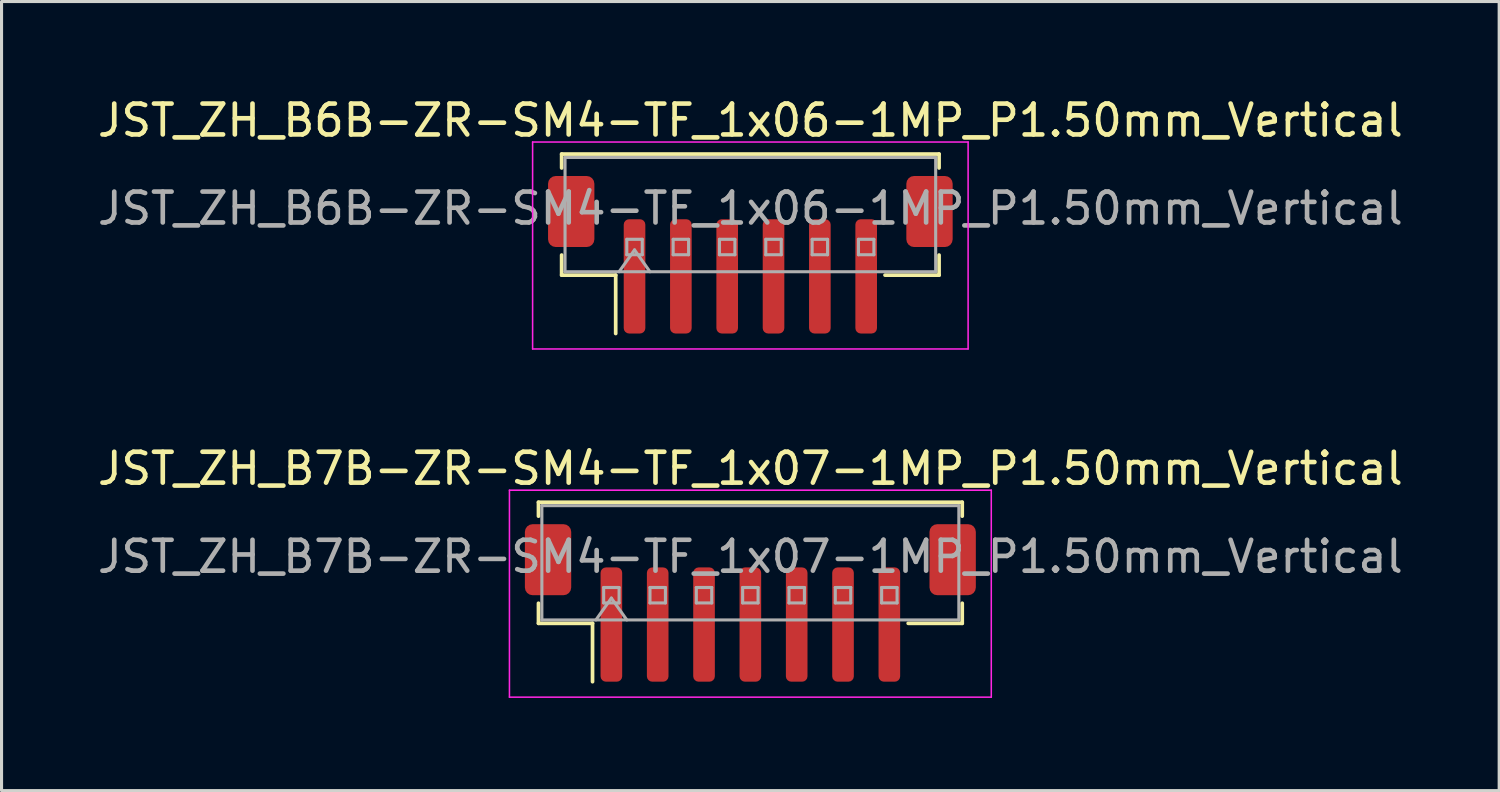
<source format=kicad_pcb>
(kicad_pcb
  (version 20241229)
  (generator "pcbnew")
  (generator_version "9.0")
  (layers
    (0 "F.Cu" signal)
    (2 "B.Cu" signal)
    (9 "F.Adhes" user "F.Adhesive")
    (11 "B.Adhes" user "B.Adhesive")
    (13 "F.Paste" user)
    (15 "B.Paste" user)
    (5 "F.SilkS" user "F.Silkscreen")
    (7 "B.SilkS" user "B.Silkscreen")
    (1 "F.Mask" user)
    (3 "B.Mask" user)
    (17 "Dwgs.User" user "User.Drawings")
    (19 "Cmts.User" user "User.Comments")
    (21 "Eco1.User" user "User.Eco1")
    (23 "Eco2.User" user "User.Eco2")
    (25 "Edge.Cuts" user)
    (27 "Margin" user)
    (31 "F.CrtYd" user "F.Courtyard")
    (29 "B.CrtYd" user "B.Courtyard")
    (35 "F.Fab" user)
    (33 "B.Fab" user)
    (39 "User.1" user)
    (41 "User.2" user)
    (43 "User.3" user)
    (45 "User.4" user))
  (footprint "JST_ZH_B7B-ZR-SM4-TF_1x07-1MP_P1.50mm_Vertical"
    (layer "F.Cu")
    (at 21.244 16.471)
    (property "Reference" "JST_ZH_B7B-ZR-SM4-TF_1x07-1MP_P1.50mm_Vertical" (at 0 -4.35 0) (layer "F.SilkS") (effects (font (size 1 1) (thickness 0.15))))
    (attr smd)
    (fp_line (start -6.86 -3.26) (end 6.86 -3.26) (stroke (width 0.12) (type solid)) (layer "F.SilkS"))
    (fp_line (start -6.86 -2.81) (end -6.86 -3.26) (stroke (width 0.12) (type solid)) (layer "F.SilkS"))
    (fp_line (start -6.86 0.01) (end -6.86 0.66) (stroke (width 0.12) (type solid)) (layer "F.SilkS"))
    (fp_line (start -6.86 0.66) (end -5.11 0.66) (stroke (width 0.12) (type solid)) (layer "F.SilkS"))
    (fp_line (start -5.11 0.66) (end -5.11 2.55) (stroke (width 0.12) (type solid)) (layer "F.SilkS"))
    (fp_line (start 6.86 -3.26) (end 6.86 -2.81) (stroke (width 0.12) (type solid)) (layer "F.SilkS"))
    (fp_line (start 6.86 0.01) (end 6.86 0.66) (stroke (width 0.12) (type solid)) (layer "F.SilkS"))
    (fp_line (start 6.86 0.66) (end 5.11 0.66) (stroke (width 0.12) (type solid)) (layer "F.SilkS"))
    (fp_line (start -7.8 -3.65) (end -7.8 3.05) (stroke (width 0.05) (type solid)) (layer "F.CrtYd"))
    (fp_line (start -7.8 3.05) (end 7.8 3.05) (stroke (width 0.05) (type solid)) (layer "F.CrtYd"))
    (fp_line (start 7.8 -3.65) (end -7.8 -3.65) (stroke (width 0.05) (type solid)) (layer "F.CrtYd"))
    (fp_line (start 7.8 3.05) (end 7.8 -3.65) (stroke (width 0.05) (type solid)) (layer "F.CrtYd"))
    (fp_line (start -6.75 -3.15) (end 6.75 -3.15) (stroke (width 0.1) (type solid)) (layer "F.Fab"))
    (fp_line (start -6.75 0.55) (end -6.75 -3.15) (stroke (width 0.1) (type solid)) (layer "F.Fab"))
    (fp_line (start -6.75 0.55) (end 6.75 0.55) (stroke (width 0.1) (type solid)) (layer "F.Fab"))
    (fp_line (start -5 0.55) (end -4.5 -0.157) (stroke (width 0.1) (type solid)) (layer "F.Fab"))
    (fp_line (start -4.75 -0.5) (end -4.75 0) (stroke (width 0.1) (type solid)) (layer "F.Fab"))
    (fp_line (start -4.75 0) (end -4.25 0) (stroke (width 0.1) (type solid)) (layer "F.Fab"))
    (fp_line (start -4.5 -0.157) (end -4 0.55) (stroke (width 0.1) (type solid)) (layer "F.Fab"))
    (fp_line (start -4.25 -0.5) (end -4.75 -0.5) (stroke (width 0.1) (type solid)) (layer "F.Fab"))
    (fp_line (start -4.25 0) (end -4.25 -0.5) (stroke (width 0.1) (type solid)) (layer "F.Fab"))
    (fp_line (start -3.25 -0.5) (end -3.25 0) (stroke (width 0.1) (type solid)) (layer "F.Fab"))
    (fp_line (start -3.25 0) (end -2.75 0) (stroke (width 0.1) (type solid)) (layer "F.Fab"))
    (fp_line (start -2.75 -0.5) (end -3.25 -0.5) (stroke (width 0.1) (type solid)) (layer "F.Fab"))
    (fp_line (start -2.75 0) (end -2.75 -0.5) (stroke (width 0.1) (type solid)) (layer "F.Fab"))
    (fp_line (start -1.75 -0.5) (end -1.75 0) (stroke (width 0.1) (type solid)) (layer "F.Fab"))
    (fp_line (start -1.75 0) (end -1.25 0) (stroke (width 0.1) (type solid)) (layer "F.Fab"))
    (fp_line (start -1.25 -0.5) (end -1.75 -0.5) (stroke (width 0.1) (type solid)) (layer "F.Fab"))
    (fp_line (start -1.25 0) (end -1.25 -0.5) (stroke (width 0.1) (type solid)) (layer "F.Fab"))
    (fp_line (start -0.25 -0.5) (end -0.25 0) (stroke (width 0.1) (type solid)) (layer "F.Fab"))
    (fp_line (start -0.25 0) (end 0.25 0) (stroke (width 0.1) (type solid)) (layer "F.Fab"))
    (fp_line (start 0.25 -0.5) (end -0.25 -0.5) (stroke (width 0.1) (type solid)) (layer "F.Fab"))
    (fp_line (start 0.25 0) (end 0.25 -0.5) (stroke (width 0.1) (type solid)) (layer "F.Fab"))
    (fp_line (start 1.25 -0.5) (end 1.25 0) (stroke (width 0.1) (type solid)) (layer "F.Fab"))
    (fp_line (start 1.25 0) (end 1.75 0) (stroke (width 0.1) (type solid)) (layer "F.Fab"))
    (fp_line (start 1.75 -0.5) (end 1.25 -0.5) (stroke (width 0.1) (type solid)) (layer "F.Fab"))
    (fp_line (start 1.75 0) (end 1.75 -0.5) (stroke (width 0.1) (type solid)) (layer "F.Fab"))
    (fp_line (start 2.75 -0.5) (end 2.75 0) (stroke (width 0.1) (type solid)) (layer "F.Fab"))
    (fp_line (start 2.75 0) (end 3.25 0) (stroke (width 0.1) (type solid)) (layer "F.Fab"))
    (fp_line (start 3.25 -0.5) (end 2.75 -0.5) (stroke (width 0.1) (type solid)) (layer "F.Fab"))
    (fp_line (start 3.25 0) (end 3.25 -0.5) (stroke (width 0.1) (type solid)) (layer "F.Fab"))
    (fp_line (start 4.25 -0.5) (end 4.25 0) (stroke (width 0.1) (type solid)) (layer "F.Fab"))
    (fp_line (start 4.25 0) (end 4.75 0) (stroke (width 0.1) (type solid)) (layer "F.Fab"))
    (fp_line (start 4.75 -0.5) (end 4.25 -0.5) (stroke (width 0.1) (type solid)) (layer "F.Fab"))
    (fp_line (start 4.75 0) (end 4.75 -0.5) (stroke (width 0.1) (type solid)) (layer "F.Fab"))
    (fp_line (start 6.75 0.55) (end 6.75 -3.15) (stroke (width 0.1) (type solid)) (layer "F.Fab"))
    (fp_text user "${REFERENCE}" (at 0 -1.5 0) (layer "F.Fab") (effects (font (size 1 1) (thickness 0.15))))
    (pad "1" smd roundrect (at -4.5 0.7) (size 0.7 3.7) (layers "F.Cu" "F.Mask" "F.Paste") (roundrect_rratio 0.25))
    (pad "2" smd roundrect (at -3 0.7) (size 0.7 3.7) (layers "F.Cu" "F.Mask" "F.Paste") (roundrect_rratio 0.25))
    (pad "3" smd roundrect (at -1.5 0.7) (size 0.7 3.7) (layers "F.Cu" "F.Mask" "F.Paste") (roundrect_rratio 0.25))
    (pad "4" smd roundrect (at 0 0.7) (size 0.7 3.7) (layers "F.Cu" "F.Mask" "F.Paste") (roundrect_rratio 0.25))
    (pad "5" smd roundrect (at 1.5 0.7) (size 0.7 3.7) (layers "F.Cu" "F.Mask" "F.Paste") (roundrect_rratio 0.25))
    (pad "6" smd roundrect (at 3 0.7) (size 0.7 3.7) (layers "F.Cu" "F.Mask" "F.Paste") (roundrect_rratio 0.25))
    (pad "7" smd roundrect (at 4.5 0.7) (size 0.7 3.7) (layers "F.Cu" "F.Mask" "F.Paste") (roundrect_rratio 0.25))
    (pad "MP" smd roundrect (at -6.55 -1.4) (size 1.5 2.3) (layers "F.Cu" "F.Mask" "F.Paste") (roundrect_rratio 0.167))
    (pad "MP" smd roundrect (at 6.55 -1.4) (size 1.5 2.3) (layers "F.Cu" "F.Mask" "F.Paste") (roundrect_rratio 0.167)))
  (footprint "JST_ZH_B6B-ZR-SM4-TF_1x06-1MP_P1.50mm_Vertical"
    (layer "F.Cu")
    (at 21.244 5.198)
    (property "Reference" "JST_ZH_B6B-ZR-SM4-TF_1x06-1MP_P1.50mm_Vertical" (at 0 -4.35 0) (layer "F.SilkS") (effects (font (size 1 1) (thickness 0.15))))
    (attr smd)
    (fp_line (start -6.11 -3.26) (end 6.11 -3.26) (stroke (width 0.12) (type solid)) (layer "F.SilkS"))
    (fp_line (start -6.11 -2.81) (end -6.11 -3.26) (stroke (width 0.12) (type solid)) (layer "F.SilkS"))
    (fp_line (start -6.11 0.01) (end -6.11 0.66) (stroke (width 0.12) (type solid)) (layer "F.SilkS"))
    (fp_line (start -6.11 0.66) (end -4.36 0.66) (stroke (width 0.12) (type solid)) (layer "F.SilkS"))
    (fp_line (start -4.36 0.66) (end -4.36 2.55) (stroke (width 0.12) (type solid)) (layer "F.SilkS"))
    (fp_line (start 6.11 -3.26) (end 6.11 -2.81) (stroke (width 0.12) (type solid)) (layer "F.SilkS"))
    (fp_line (start 6.11 0.01) (end 6.11 0.66) (stroke (width 0.12) (type solid)) (layer "F.SilkS"))
    (fp_line (start 6.11 0.66) (end 4.36 0.66) (stroke (width 0.12) (type solid)) (layer "F.SilkS"))
    (fp_line (start -7.05 -3.65) (end -7.05 3.05) (stroke (width 0.05) (type solid)) (layer "F.CrtYd"))
    (fp_line (start -7.05 3.05) (end 7.05 3.05) (stroke (width 0.05) (type solid)) (layer "F.CrtYd"))
    (fp_line (start 7.05 -3.65) (end -7.05 -3.65) (stroke (width 0.05) (type solid)) (layer "F.CrtYd"))
    (fp_line (start 7.05 3.05) (end 7.05 -3.65) (stroke (width 0.05) (type solid)) (layer "F.CrtYd"))
    (fp_line (start -6 -3.15) (end 6 -3.15) (stroke (width 0.1) (type solid)) (layer "F.Fab"))
    (fp_line (start -6 0.55) (end -6 -3.15) (stroke (width 0.1) (type solid)) (layer "F.Fab"))
    (fp_line (start -6 0.55) (end 6 0.55) (stroke (width 0.1) (type solid)) (layer "F.Fab"))
    (fp_line (start -4.25 0.55) (end -3.75 -0.157) (stroke (width 0.1) (type solid)) (layer "F.Fab"))
    (fp_line (start -4 -0.5) (end -4 0) (stroke (width 0.1) (type solid)) (layer "F.Fab"))
    (fp_line (start -4 0) (end -3.5 0) (stroke (width 0.1) (type solid)) (layer "F.Fab"))
    (fp_line (start -3.75 -0.157) (end -3.25 0.55) (stroke (width 0.1) (type solid)) (layer "F.Fab"))
    (fp_line (start -3.5 -0.5) (end -4 -0.5) (stroke (width 0.1) (type solid)) (layer "F.Fab"))
    (fp_line (start -3.5 0) (end -3.5 -0.5) (stroke (width 0.1) (type solid)) (layer "F.Fab"))
    (fp_line (start -2.5 -0.5) (end -2.5 0) (stroke (width 0.1) (type solid)) (layer "F.Fab"))
    (fp_line (start -2.5 0) (end -2 0) (stroke (width 0.1) (type solid)) (layer "F.Fab"))
    (fp_line (start -2 -0.5) (end -2.5 -0.5) (stroke (width 0.1) (type solid)) (layer "F.Fab"))
    (fp_line (start -2 0) (end -2 -0.5) (stroke (width 0.1) (type solid)) (layer "F.Fab"))
    (fp_line (start -1 -0.5) (end -1 0) (stroke (width 0.1) (type solid)) (layer "F.Fab"))
    (fp_line (start -1 0) (end -0.5 0) (stroke (width 0.1) (type solid)) (layer "F.Fab"))
    (fp_line (start -0.5 -0.5) (end -1 -0.5) (stroke (width 0.1) (type solid)) (layer "F.Fab"))
    (fp_line (start -0.5 0) (end -0.5 -0.5) (stroke (width 0.1) (type solid)) (layer "F.Fab"))
    (fp_line (start 0.5 -0.5) (end 0.5 0) (stroke (width 0.1) (type solid)) (layer "F.Fab"))
    (fp_line (start 0.5 0) (end 1 0) (stroke (width 0.1) (type solid)) (layer "F.Fab"))
    (fp_line (start 1 -0.5) (end 0.5 -0.5) (stroke (width 0.1) (type solid)) (layer "F.Fab"))
    (fp_line (start 1 0) (end 1 -0.5) (stroke (width 0.1) (type solid)) (layer "F.Fab"))
    (fp_line (start 2 -0.5) (end 2 0) (stroke (width 0.1) (type solid)) (layer "F.Fab"))
    (fp_line (start 2 0) (end 2.5 0) (stroke (width 0.1) (type solid)) (layer "F.Fab"))
    (fp_line (start 2.5 -0.5) (end 2 -0.5) (stroke (width 0.1) (type solid)) (layer "F.Fab"))
    (fp_line (start 2.5 0) (end 2.5 -0.5) (stroke (width 0.1) (type solid)) (layer "F.Fab"))
    (fp_line (start 3.5 -0.5) (end 3.5 0) (stroke (width 0.1) (type solid)) (layer "F.Fab"))
    (fp_line (start 3.5 0) (end 4 0) (stroke (width 0.1) (type solid)) (layer "F.Fab"))
    (fp_line (start 4 -0.5) (end 3.5 -0.5) (stroke (width 0.1) (type solid)) (layer "F.Fab"))
    (fp_line (start 4 0) (end 4 -0.5) (stroke (width 0.1) (type solid)) (layer "F.Fab"))
    (fp_line (start 6 0.55) (end 6 -3.15) (stroke (width 0.1) (type solid)) (layer "F.Fab"))
    (fp_text user "${REFERENCE}" (at 0 -1.5 0) (layer "F.Fab") (effects (font (size 1 1) (thickness 0.15))))
    (pad "1" smd roundrect (at -3.75 0.7) (size 0.7 3.7) (layers "F.Cu" "F.Mask" "F.Paste") (roundrect_rratio 0.25))
    (pad "2" smd roundrect (at -2.25 0.7) (size 0.7 3.7) (layers "F.Cu" "F.Mask" "F.Paste") (roundrect_rratio 0.25))
    (pad "3" smd roundrect (at -0.75 0.7) (size 0.7 3.7) (layers "F.Cu" "F.Mask" "F.Paste") (roundrect_rratio 0.25))
    (pad "4" smd roundrect (at 0.75 0.7) (size 0.7 3.7) (layers "F.Cu" "F.Mask" "F.Paste") (roundrect_rratio 0.25))
    (pad "5" smd roundrect (at 2.25 0.7) (size 0.7 3.7) (layers "F.Cu" "F.Mask" "F.Paste") (roundrect_rratio 0.25))
    (pad "6" smd roundrect (at 3.75 0.7) (size 0.7 3.7) (layers "F.Cu" "F.Mask" "F.Paste") (roundrect_rratio 0.25))
    (pad "MP" smd roundrect (at -5.8 -1.4) (size 1.5 2.3) (layers "F.Cu" "F.Mask" "F.Paste") (roundrect_rratio 0.167))
    (pad "MP" smd roundrect (at 5.8 -1.4) (size 1.5 2.3) (layers "F.Cu" "F.Mask" "F.Paste") (roundrect_rratio 0.167)))
  (gr_rect
    (start -3 -3)
    (end 45.488 22.547)
    (stroke (width 0.1) (type default))
    (fill no)
    (layer "Edge.Cuts")))
</source>
